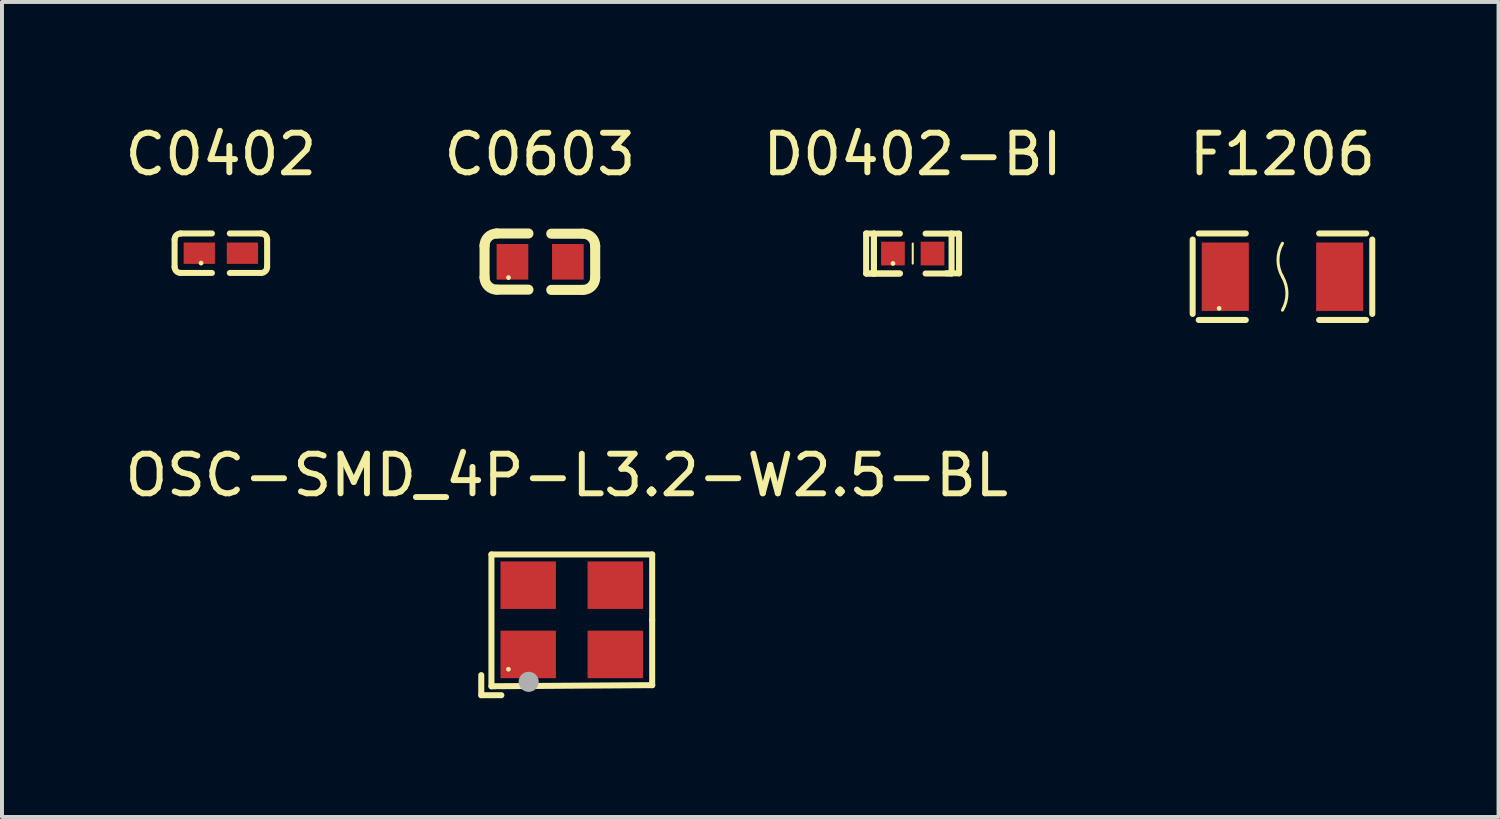
<source format=kicad_pcb>
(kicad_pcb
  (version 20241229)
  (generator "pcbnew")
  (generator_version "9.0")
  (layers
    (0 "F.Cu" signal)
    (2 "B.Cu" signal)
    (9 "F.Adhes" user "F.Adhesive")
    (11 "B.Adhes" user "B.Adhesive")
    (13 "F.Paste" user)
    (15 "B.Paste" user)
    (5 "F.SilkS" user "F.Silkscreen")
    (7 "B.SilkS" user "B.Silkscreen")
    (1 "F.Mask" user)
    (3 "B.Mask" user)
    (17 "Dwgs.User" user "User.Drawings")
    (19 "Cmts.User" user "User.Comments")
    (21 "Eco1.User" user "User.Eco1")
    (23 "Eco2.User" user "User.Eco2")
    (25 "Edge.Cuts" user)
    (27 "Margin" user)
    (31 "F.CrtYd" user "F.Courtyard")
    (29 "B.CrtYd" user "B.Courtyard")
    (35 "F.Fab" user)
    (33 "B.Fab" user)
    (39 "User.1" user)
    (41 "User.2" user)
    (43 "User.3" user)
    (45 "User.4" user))
  (footprint "C0402"
    (layer "F.Cu")
    (at 2.53 3.347)
    (property "Reference" "C0402" (at 0 -2.499 0) (layer "F.SilkS") (effects (font (size 1 1) (thickness 0.15))))
    (attr smd)
    (fp_line (start -1.169 0.346) (end -1.169 -0.346) (stroke (width 0.152) (type solid)) (layer "F.SilkS"))
    (fp_line (start -1.016 -0.499) (end -0.226 -0.499) (stroke (width 0.152) (type solid)) (layer "F.SilkS"))
    (fp_line (start -0.226 0.499) (end -1.016 0.499) (stroke (width 0.152) (type solid)) (layer "F.SilkS"))
    (fp_line (start 0.226 0.499) (end 1.016 0.499) (stroke (width 0.152) (type solid)) (layer "F.SilkS"))
    (fp_line (start 1.016 -0.499) (end 0.226 -0.499) (stroke (width 0.152) (type solid)) (layer "F.SilkS"))
    (fp_line (start 1.169 0.346) (end 1.169 -0.346) (stroke (width 0.152) (type solid)) (layer "F.SilkS"))
    (fp_arc (start -1.168707 -0.346203) (mid -1.12407 -0.453966) (end -1.016307 -0.498603) (stroke (width 0.1524) (type solid)) (layer "F.SilkS"))
    (fp_arc (start -1.016307 0.498603) (mid -1.12407 0.453966) (end -1.168707 0.346203) (stroke (width 0.1524) (type solid)) (layer "F.SilkS"))
    (fp_arc (start 1.016307 -0.498603) (mid 1.12407 -0.453966) (end 1.168707 -0.346203) (stroke (width 0.1524) (type solid)) (layer "F.SilkS"))
    (fp_arc (start 1.168707 0.346203) (mid 1.12407 0.453966) (end 1.016307 0.498603) (stroke (width 0.1524) (type solid)) (layer "F.SilkS"))
    (fp_circle (center -0.5 0.25) (end -0.47 0.25) (stroke (width 0.06) (type solid)) (fill no) (layer "F.SilkS"))
    (pad "1" smd rect (at -0.545 0) (size 0.79 0.54) (layers "F.Cu" "F.Mask" "F.Paste"))
    (pad "2" smd rect (at 0.545 0) (size 0.79 0.54) (layers "F.Cu" "F.Mask" "F.Paste")))
  (footprint "OSC-SMD_4P-L3.2-W2.5-BL"
    (layer "F.Cu")
    (at 11.395 12.609)
    (property "Reference" "OSC-SMD_4P-L3.2-W2.5-BL" (at -0.127 -3.651 0) (layer "F.SilkS") (effects (font (size 1 1) (thickness 0.15))))
    (attr smd)
    (fp_line (start -2.286 1.397) (end -2.286 1.905) (stroke (width 0.152) (type solid)) (layer "F.SilkS"))
    (fp_line (start -2.286 1.905) (end -1.778 1.905) (stroke (width 0.152) (type solid)) (layer "F.SilkS"))
    (fp_line (start -2.029 -1.651) (end 2.032 -1.651) (stroke (width 0.152) (type solid)) (layer "F.SilkS"))
    (fp_line (start -2.029 1.679) (end -2.029 -1.651) (stroke (width 0.152) (type solid)) (layer "F.SilkS"))
    (fp_line (start 2.032 -1.651) (end 2.032 -0.000127) (stroke (width 0.152) (type solid)) (layer "F.SilkS"))
    (fp_line (start 2.032 -0.000127) (end 2.032 1.651) (stroke (width 0.152) (type solid)) (layer "F.SilkS"))
    (fp_line (start 2.032 1.651) (end -2.029 1.679) (stroke (width 0.152) (type solid)) (layer "F.SilkS"))
    (fp_line (start 2.032 1.651) (end 2.032 1.651) (stroke (width 0.152) (type solid)) (layer "F.SilkS"))
    (fp_circle (center -1.6 1.25) (end -1.57 1.25) (stroke (width 0.06) (type solid)) (fill no) (layer "F.SilkS"))
    (fp_circle (center -1.088 1.567) (end -0.961 1.567) (stroke (width 0.254) (type solid)) (fill no) (layer "F.Fab"))
    (pad "1" smd rect (at -1.1 0.875) (size 1.4 1.2) (layers "F.Cu" "F.Mask" "F.Paste"))
    (pad "2" smd rect (at 1.1 0.875) (size 1.4 1.2) (layers "F.Cu" "F.Mask" "F.Paste"))
    (pad "3" smd rect (at 1.1 -0.875) (size 1.4 1.2) (layers "F.Cu" "F.Mask" "F.Paste"))
    (pad "4" smd rect (at -1.1 -0.875) (size 1.4 1.2) (layers "F.Cu" "F.Mask" "F.Paste")))
  (footprint "C0603"
    (layer "F.Cu")
    (at 10.597 3.564)
    (property "Reference" "C0603" (at -0.008 -2.715 0) (layer "F.SilkS") (effects (font (size 1 1) (thickness 0.15))))
    (attr smd)
    (fp_line (start -1.405 -0.406) (end -1.405 0.394) (stroke (width 0.254) (type solid)) (layer "F.SilkS"))
    (fp_line (start -0.296 -0.715) (end -1.096 -0.715) (stroke (width 0.254) (type solid)) (layer "F.SilkS"))
    (fp_line (start -0.296 0.704) (end -1.096 0.704) (stroke (width 0.254) (type solid)) (layer "F.SilkS"))
    (fp_line (start 0.28 -0.71) (end 1.08 -0.71) (stroke (width 0.254) (type solid)) (layer "F.SilkS"))
    (fp_line (start 0.28 0.71) (end 1.08 0.71) (stroke (width 0.254) (type solid)) (layer "F.SilkS"))
    (fp_line (start 1.39 -0.4) (end 1.39 0.4) (stroke (width 0.254) (type solid)) (layer "F.SilkS"))
    (fp_arc (start -1.405512 -0.405613) (mid -1.314765 -0.624696) (end -1.095682 -0.715443) (stroke (width 0.254) (type solid)) (layer "F.SilkS"))
    (fp_arc (start -1.095682 0.704216) (mid -1.314773 0.61346) (end -1.405511 0.394362) (stroke (width 0.254) (type solid)) (layer "F.SilkS"))
    (fp_arc (start 1.080188 -0.709627) (mid 1.29928 -0.618871) (end 1.390018 -0.399772) (stroke (width 0.254) (type solid)) (layer "F.SilkS"))
    (fp_arc (start 1.390018 0.400203) (mid 1.299271 0.619286) (end 1.080188 0.710033) (stroke (width 0.254) (type solid)) (layer "F.SilkS"))
    (fp_circle (center -0.8 0.4) (end -0.77 0.4) (stroke (width 0.06) (type solid)) (fill no) (layer "F.SilkS"))
    (pad "1" smd rect (at -0.7 0) (size 0.8 0.9) (layers "F.Cu" "F.Mask" "F.Paste"))
    (pad "2" smd rect (at 0.7 0) (size 0.8 0.9) (layers "F.Cu" "F.Mask" "F.Paste")))
  (footprint "F1206"
    (layer "F.Cu")
    (at 29.351 3.941)
    (property "Reference" "F1206" (at 0 -3.093 0) (layer "F.SilkS") (effects (font (size 1 1) (thickness 0.15))))
    (attr smd)
    (fp_line (start -2.269 -0.94) (end -2.269 0.94) (stroke (width 0.152) (type solid)) (layer "F.SilkS"))
    (fp_line (start -2.116 1.093) (end -0.926 1.093) (stroke (width 0.152) (type solid)) (layer "F.SilkS"))
    (fp_line (start -0.926 -1.093) (end -2.116 -1.093) (stroke (width 0.152) (type solid)) (layer "F.SilkS"))
    (fp_line (start 0.926 -1.093) (end 2.116 -1.093) (stroke (width 0.152) (type solid)) (layer "F.SilkS"))
    (fp_line (start 2.116 1.093) (end 0.926 1.093) (stroke (width 0.152) (type solid)) (layer "F.SilkS"))
    (fp_line (start 2.269 -0.94) (end 2.269 0.94) (stroke (width 0.152) (type solid)) (layer "F.SilkS"))
    (fp_arc (start 0 0) (mid -0.113202 -0.422475) (end 0 -0.844951) (stroke (width 0.0762) (type solid)) (layer "F.SilkS"))
    (fp_arc (start 0 0) (mid 0.113202 0.422475) (end 0 0.844951) (stroke (width 0.0762) (type solid)) (layer "F.SilkS"))
    (fp_circle (center -1.6 0.8) (end -1.57 0.8) (stroke (width 0.06) (type solid)) (fill no) (layer "F.SilkS"))
    (pad "1" smd rect (at -1.445 0) (size 1.19 1.728) (layers "F.Cu" "F.Mask" "F.Paste"))
    (pad "2" smd rect (at 1.445 0) (size 1.19 1.728) (layers "F.Cu" "F.Mask" "F.Paste")))
  (footprint "D0402-BI"
    (layer "F.Cu")
    (at 20.01 3.356)
    (property "Reference" "D0402-BI" (at -0.004 -2.508 0) (layer "F.SilkS") (effects (font (size 1 1) (thickness 0.15))))
    (attr smd)
    (fp_line (start -1.178 -0.508) (end -0.981 -0.504) (stroke (width 0.152) (type solid)) (layer "F.SilkS"))
    (fp_line (start -1.178 0.504) (end -1.178 -0.508) (stroke (width 0.152) (type solid)) (layer "F.SilkS"))
    (fp_line (start -0.981 -0.504) (end -0.981 0.504) (stroke (width 0.152) (type solid)) (layer "F.SilkS"))
    (fp_line (start -0.981 -0.504) (end -0.981 0.504) (stroke (width 0.152) (type solid)) (layer "F.SilkS"))
    (fp_line (start -0.981 0.504) (end -1.17 0.504) (stroke (width 0.152) (type solid)) (layer "F.SilkS"))
    (fp_line (start -0.981 0.504) (end -0.324 0.504) (stroke (width 0.152) (type solid)) (layer "F.SilkS"))
    (fp_line (start -0.981 0.504) (end -0.324 0.504) (stroke (width 0.152) (type solid)) (layer "F.SilkS"))
    (fp_line (start -0.975 0.504) (end -1.178 0.504) (stroke (width 0.152) (type solid)) (layer "F.SilkS"))
    (fp_line (start -0.324 -0.504) (end -0.981 -0.504) (stroke (width 0.152) (type solid)) (layer "F.SilkS"))
    (fp_line (start -0.000127 -0.254) (end -0.000127 0.254) (stroke (width 0.051) (type solid)) (layer "F.SilkS"))
    (fp_line (start 0.324 0.504) (end 0.981 0.504) (stroke (width 0.152) (type solid)) (layer "F.SilkS"))
    (fp_line (start 0.981 -0.504) (end 0.324 -0.504) (stroke (width 0.152) (type solid)) (layer "F.SilkS"))
    (fp_line (start 0.981 -0.504) (end 1.17 -0.504) (stroke (width 0.152) (type solid)) (layer "F.SilkS"))
    (fp_line (start 0.981 0.504) (end 0.981 -0.504) (stroke (width 0.152) (type solid)) (layer "F.SilkS"))
    (fp_line (start 1.17 -0.504) (end 1.17 0.5) (stroke (width 0.152) (type solid)) (layer "F.SilkS"))
    (fp_line (start 1.17 0.5) (end 0.847 0.5) (stroke (width 0.152) (type solid)) (layer "F.SilkS"))
    (fp_circle (center -0.5 0.25) (end -0.47 0.25) (stroke (width 0.06) (type solid)) (fill no) (layer "F.SilkS"))
    (pad "1" smd rect (at -0.5 0) (size 0.6 0.6) (layers "F.Cu" "F.Mask" "F.Paste"))
    (pad "2" smd rect (at 0.5 0) (size 0.6 0.6) (layers "F.Cu" "F.Mask" "F.Paste")))
  (gr_rect
    (start -3 -3)
    (end 34.81 17.59)
    (stroke (width 0.1) (type default))
    (fill no)
    (layer "Edge.Cuts")))
</source>
